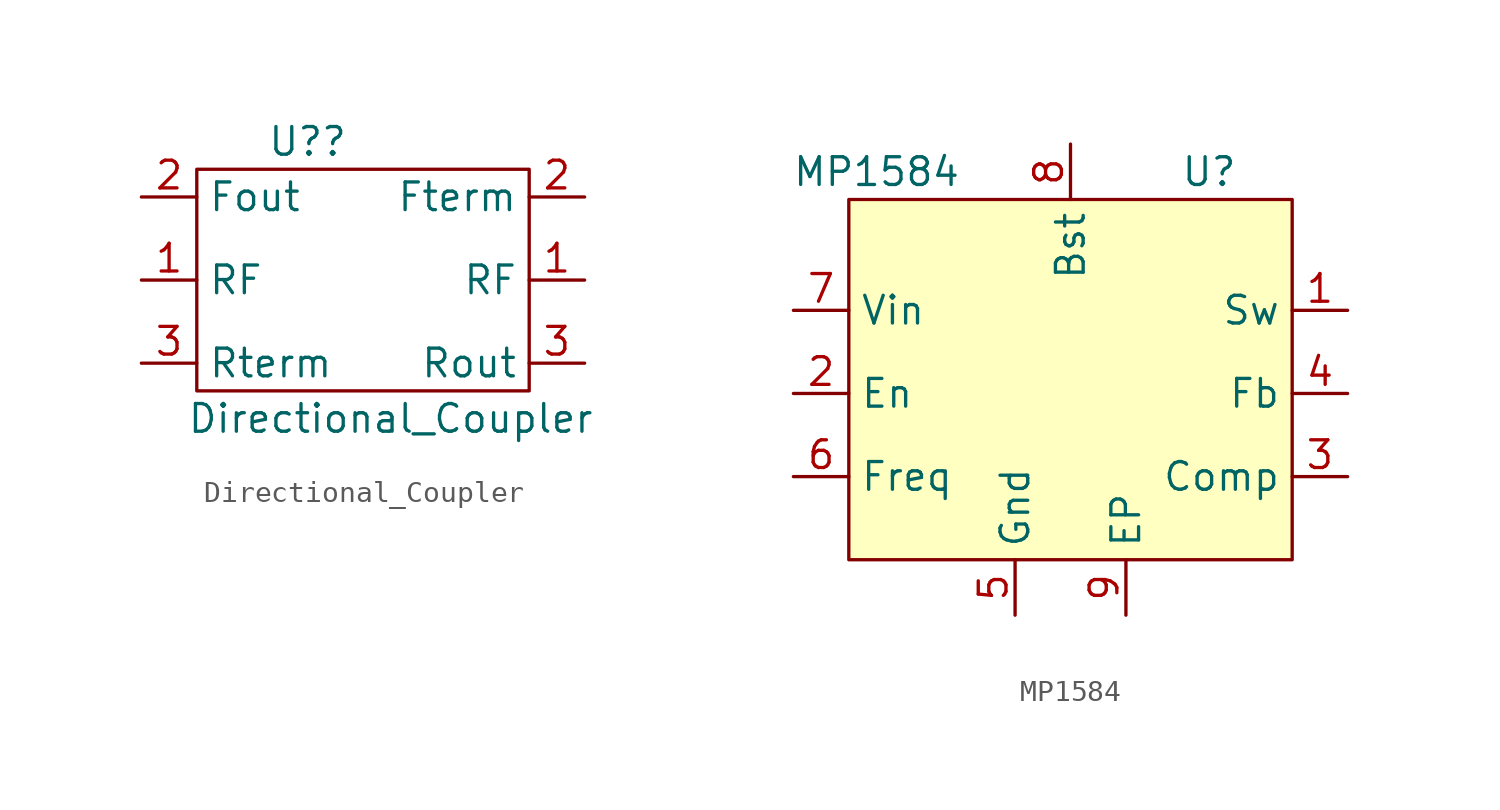
<source format=kicad_sym>
(kicad_symbol_lib
  (version 20211014)
  (generator kicad_symbol_editor)
  (symbol "Directional_Coupler"
    (property "Reference" "U?"
      (at -2.54 6.35 0)
      (effects (font (size 1.27 1.27))))
    (property "Value" "Directional_Coupler"
      (at 1.27 -6.35 0)
      (effects (font (size 1.27 1.27))))
    (symbol "Directional_Coupler_0_1"
      (rectangle (start -7.62 5.08) (end 7.62 -5.08) (stroke (width 0.152) (type default) (color 0 0 0 0)) (fill (type none))))
    (symbol "Directional_Coupler_1_1"
      (pin passive line (at -10.16 0 0) (length 2.54) (name "RF" (effects (font (size 1.27 1.27)))) (number "1" (effects (font (size 1.27 1.27)))))
      (pin passive line (at 10.16 0 180) (length 2.54) (name "RF" (effects (font (size 1.27 1.27)))) (number "1" (effects (font (size 1.27 1.27)))))
      (pin passive line (at -10.16 3.81 0) (length 2.54) (name "Fout" (effects (font (size 1.27 1.27)))) (number "2" (effects (font (size 1.27 1.27)))))
      (pin passive line (at 10.16 3.81 180) (length 2.54) (name "Fterm" (effects (font (size 1.27 1.27)))) (number "2" (effects (font (size 1.27 1.27)))))
      (pin passive line (at 10.16 -3.81 180) (length 2.54) (name "Rout" (effects (font (size 1.27 1.27)))) (number "3" (effects (font (size 1.27 1.27)))))
      (pin passive line (at -10.16 -3.81 0) (length 2.54) (name "Rterm" (effects (font (size 1.27 1.27)))) (number "3" (effects (font (size 1.27 1.27)))))))
  (symbol "MP1584"
    (property "Reference" "U"
      (at 6.35 10.16 0)
      (effects (font (size 1.27 1.27))))
    (property "Value" "MP1584"
      (at -8.89 10.16 0)
      (effects (font (size 1.27 1.27))))
    (symbol "MP1584_0_1"
      (rectangle (start -10.16 8.89) (end 10.16 -7.62) (stroke (width 0.152) (type default) (color 0 0 0 0)) (fill (type background))))
    (symbol "MP1584_1_1"
      (pin output line (at 12.7 3.81 180) (length 2.54) (name "Sw" (effects (font (size 1.27 1.27)))) (number "1" (effects (font (size 1.27 1.27)))))
      (pin input line (at -12.7 0 0) (length 2.54) (name "En" (effects (font (size 1.27 1.27)))) (number "2" (effects (font (size 1.27 1.27)))))
      (pin passive line (at 12.7 -3.81 180) (length 2.54) (name "Comp" (effects (font (size 1.27 1.27)))) (number "3" (effects (font (size 1.27 1.27)))))
      (pin input line (at 12.7 0 180) (length 2.54) (name "Fb" (effects (font (size 1.27 1.27)))) (number "4" (effects (font (size 1.27 1.27)))))
      (pin power_in line (at -2.54 -10.16 90) (length 2.54) (name "Gnd" (effects (font (size 1.27 1.27)))) (number "5" (effects (font (size 1.27 1.27)))))
      (pin passive line (at -12.7 -3.81 0) (length 2.54) (name "Freq" (effects (font (size 1.27 1.27)))) (number "6" (effects (font (size 1.27 1.27)))))
      (pin power_in line (at -12.7 3.81 0) (length 2.54) (name "Vin" (effects (font (size 1.27 1.27)))) (number "7" (effects (font (size 1.27 1.27)))))
      (pin passive line (at 0 11.43 270) (length 2.54) (name "Bst" (effects (font (size 1.27 1.27)))) (number "8" (effects (font (size 1.27 1.27)))))
      (pin power_in line (at 2.54 -10.16 90) (length 2.54) (name "EP" (effects (font (size 1.27 1.27)))) (number "9" (effects (font (size 1.27 1.27))))))))
</source>
